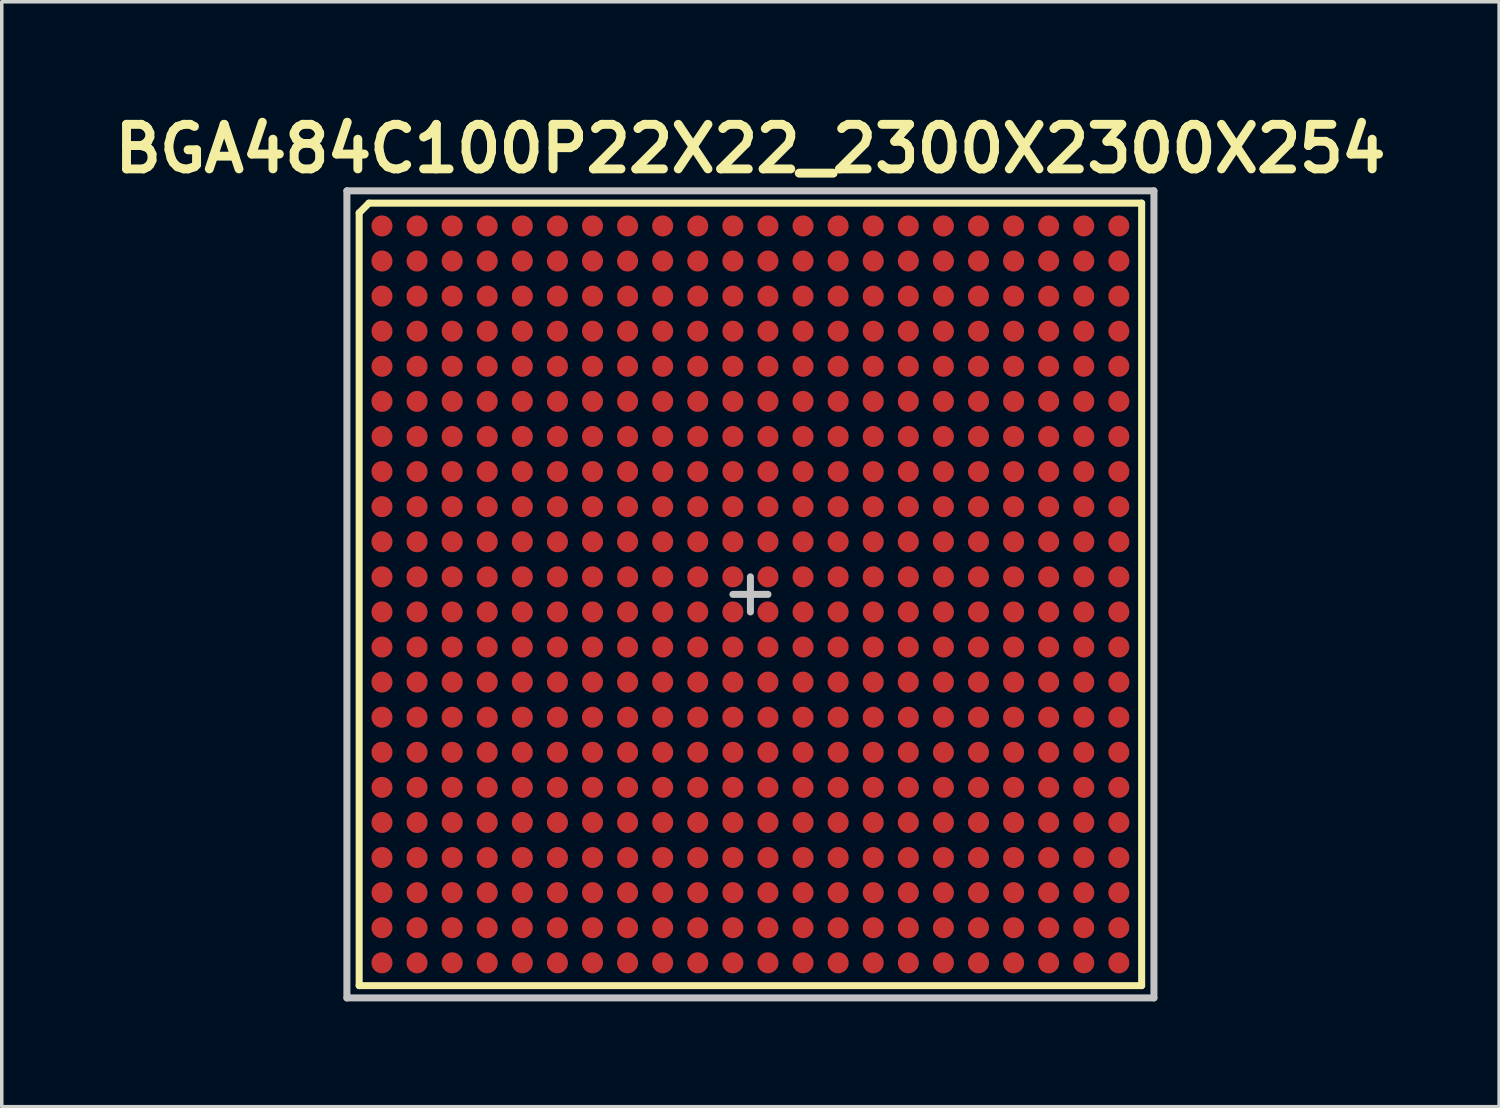
<source format=kicad_pcb>
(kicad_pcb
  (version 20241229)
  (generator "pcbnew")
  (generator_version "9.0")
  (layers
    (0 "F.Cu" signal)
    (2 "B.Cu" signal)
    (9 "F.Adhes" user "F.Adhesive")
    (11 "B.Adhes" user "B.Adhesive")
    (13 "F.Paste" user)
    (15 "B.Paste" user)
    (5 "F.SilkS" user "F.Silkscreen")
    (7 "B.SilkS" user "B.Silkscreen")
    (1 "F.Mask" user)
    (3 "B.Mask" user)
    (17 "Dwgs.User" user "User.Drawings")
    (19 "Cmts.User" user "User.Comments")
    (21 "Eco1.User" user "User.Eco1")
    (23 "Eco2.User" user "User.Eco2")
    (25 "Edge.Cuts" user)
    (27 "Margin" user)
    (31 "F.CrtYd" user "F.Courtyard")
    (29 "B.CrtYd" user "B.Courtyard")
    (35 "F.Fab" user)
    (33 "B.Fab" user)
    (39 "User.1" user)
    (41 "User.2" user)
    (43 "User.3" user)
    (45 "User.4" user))
  (footprint "BGA484C100P22X22_2300X2300X254"
    (layer "F.Cu")
    (at 18.336 13.889)
    (property "Reference" "BGA484C100P22X22_2300X2300X254" (at 0 -12.7 0) (layer "F.SilkS") (effects (font (size 1.27 1.27) (thickness 0.254))))
    (attr smd)
    (fp_line (start -11.15 -10.872) (end -10.872 -11.15) (stroke (width 0.2) (type solid)) (layer "F.SilkS"))
    (fp_line (start -11.15 11.15) (end -11.15 -10.872) (stroke (width 0.2) (type solid)) (layer "F.SilkS"))
    (fp_line (start -10.872 -11.15) (end 11.15 -11.15) (stroke (width 0.2) (type solid)) (layer "F.SilkS"))
    (fp_line (start 11.15 -11.15) (end 11.15 11.15) (stroke (width 0.2) (type solid)) (layer "F.SilkS"))
    (fp_line (start 11.15 11.15) (end -11.15 11.15) (stroke (width 0.2) (type solid)) (layer "F.SilkS"))
    (fp_line (start -11.5 -11.5) (end 11.5 -11.5) (stroke (width 0.2) (type solid)) (layer "Dwgs.User"))
    (fp_line (start -11.5 11.5) (end -11.5 -11.5) (stroke (width 0.2) (type solid)) (layer "Dwgs.User"))
    (fp_line (start -0.5 0) (end 0 0) (stroke (width 0.2) (type solid)) (layer "Dwgs.User"))
    (fp_line (start 0 0) (end 0 -0.5) (stroke (width 0.2) (type solid)) (layer "Dwgs.User"))
    (fp_line (start 0 0) (end 0.5 0) (stroke (width 0.2) (type solid)) (layer "Dwgs.User"))
    (fp_line (start 0 0.5) (end 0 0) (stroke (width 0.2) (type solid)) (layer "Dwgs.User"))
    (fp_line (start 11.5 -11.5) (end 11.5 11.5) (stroke (width 0.2) (type solid)) (layer "Dwgs.User"))
    (fp_line (start 11.5 11.5) (end -11.5 11.5) (stroke (width 0.2) (type solid)) (layer "Dwgs.User"))
    (pad "A1" smd circle (at -10.5 -10.5 90) (size 0.6 0.6) (layers "F.Cu" "F.Mask" "F.Paste"))
    (pad "A2" smd circle (at -9.5 -10.5 90) (size 0.6 0.6) (layers "F.Cu" "F.Mask" "F.Paste"))
    (pad "A3" smd circle (at -8.5 -10.5 90) (size 0.6 0.6) (layers "F.Cu" "F.Mask" "F.Paste"))
    (pad "A4" smd circle (at -7.5 -10.5 90) (size 0.6 0.6) (layers "F.Cu" "F.Mask" "F.Paste"))
    (pad "A5" smd circle (at -6.5 -10.5 90) (size 0.6 0.6) (layers "F.Cu" "F.Mask" "F.Paste"))
    (pad "A6" smd circle (at -5.5 -10.5 90) (size 0.6 0.6) (layers "F.Cu" "F.Mask" "F.Paste"))
    (pad "A7" smd circle (at -4.5 -10.5 90) (size 0.6 0.6) (layers "F.Cu" "F.Mask" "F.Paste"))
    (pad "A8" smd circle (at -3.5 -10.5 90) (size 0.6 0.6) (layers "F.Cu" "F.Mask" "F.Paste"))
    (pad "A9" smd circle (at -2.5 -10.5 90) (size 0.6 0.6) (layers "F.Cu" "F.Mask" "F.Paste"))
    (pad "A10" smd circle (at -1.5 -10.5 90) (size 0.6 0.6) (layers "F.Cu" "F.Mask" "F.Paste"))
    (pad "A11" smd circle (at -0.5 -10.5 90) (size 0.6 0.6) (layers "F.Cu" "F.Mask" "F.Paste"))
    (pad "A12" smd circle (at 0.5 -10.5 90) (size 0.6 0.6) (layers "F.Cu" "F.Mask" "F.Paste"))
    (pad "A13" smd circle (at 1.5 -10.5 90) (size 0.6 0.6) (layers "F.Cu" "F.Mask" "F.Paste"))
    (pad "A14" smd circle (at 2.5 -10.5 90) (size 0.6 0.6) (layers "F.Cu" "F.Mask" "F.Paste"))
    (pad "A15" smd circle (at 3.5 -10.5 90) (size 0.6 0.6) (layers "F.Cu" "F.Mask" "F.Paste"))
    (pad "A16" smd circle (at 4.5 -10.5 90) (size 0.6 0.6) (layers "F.Cu" "F.Mask" "F.Paste"))
    (pad "A17" smd circle (at 5.5 -10.5 90) (size 0.6 0.6) (layers "F.Cu" "F.Mask" "F.Paste"))
    (pad "A18" smd circle (at 6.5 -10.5 90) (size 0.6 0.6) (layers "F.Cu" "F.Mask" "F.Paste"))
    (pad "A19" smd circle (at 7.5 -10.5 90) (size 0.6 0.6) (layers "F.Cu" "F.Mask" "F.Paste"))
    (pad "A20" smd circle (at 8.5 -10.5 90) (size 0.6 0.6) (layers "F.Cu" "F.Mask" "F.Paste"))
    (pad "A21" smd circle (at 9.5 -10.5 90) (size 0.6 0.6) (layers "F.Cu" "F.Mask" "F.Paste"))
    (pad "A22" smd circle (at 10.5 -10.5 90) (size 0.6 0.6) (layers "F.Cu" "F.Mask" "F.Paste"))
    (pad "AA1" smd circle (at -10.5 9.5 90) (size 0.6 0.6) (layers "F.Cu" "F.Mask" "F.Paste"))
    (pad "AA2" smd circle (at -9.5 9.5 90) (size 0.6 0.6) (layers "F.Cu" "F.Mask" "F.Paste"))
    (pad "AA3" smd circle (at -8.5 9.5 90) (size 0.6 0.6) (layers "F.Cu" "F.Mask" "F.Paste"))
    (pad "AA4" smd circle (at -7.5 9.5 90) (size 0.6 0.6) (layers "F.Cu" "F.Mask" "F.Paste"))
    (pad "AA5" smd circle (at -6.5 9.5 90) (size 0.6 0.6) (layers "F.Cu" "F.Mask" "F.Paste"))
    (pad "AA6" smd circle (at -5.5 9.5 90) (size 0.6 0.6) (layers "F.Cu" "F.Mask" "F.Paste"))
    (pad "AA7" smd circle (at -4.5 9.5 90) (size 0.6 0.6) (layers "F.Cu" "F.Mask" "F.Paste"))
    (pad "AA8" smd circle (at -3.5 9.5 90) (size 0.6 0.6) (layers "F.Cu" "F.Mask" "F.Paste"))
    (pad "AA9" smd circle (at -2.5 9.5 90) (size 0.6 0.6) (layers "F.Cu" "F.Mask" "F.Paste"))
    (pad "AA10" smd circle (at -1.5 9.5 90) (size 0.6 0.6) (layers "F.Cu" "F.Mask" "F.Paste"))
    (pad "AA11" smd circle (at -0.5 9.5 90) (size 0.6 0.6) (layers "F.Cu" "F.Mask" "F.Paste"))
    (pad "AA12" smd circle (at 0.5 9.5 90) (size 0.6 0.6) (layers "F.Cu" "F.Mask" "F.Paste"))
    (pad "AA13" smd circle (at 1.5 9.5 90) (size 0.6 0.6) (layers "F.Cu" "F.Mask" "F.Paste"))
    (pad "AA14" smd circle (at 2.5 9.5 90) (size 0.6 0.6) (layers "F.Cu" "F.Mask" "F.Paste"))
    (pad "AA15" smd circle (at 3.5 9.5 90) (size 0.6 0.6) (layers "F.Cu" "F.Mask" "F.Paste"))
    (pad "AA16" smd circle (at 4.5 9.5 90) (size 0.6 0.6) (layers "F.Cu" "F.Mask" "F.Paste"))
    (pad "AA17" smd circle (at 5.5 9.5 90) (size 0.6 0.6) (layers "F.Cu" "F.Mask" "F.Paste"))
    (pad "AA18" smd circle (at 6.5 9.5 90) (size 0.6 0.6) (layers "F.Cu" "F.Mask" "F.Paste"))
    (pad "AA19" smd circle (at 7.5 9.5 90) (size 0.6 0.6) (layers "F.Cu" "F.Mask" "F.Paste"))
    (pad "AA20" smd circle (at 8.5 9.5 90) (size 0.6 0.6) (layers "F.Cu" "F.Mask" "F.Paste"))
    (pad "AA21" smd circle (at 9.5 9.5 90) (size 0.6 0.6) (layers "F.Cu" "F.Mask" "F.Paste"))
    (pad "AA22" smd circle (at 10.5 9.5 90) (size 0.6 0.6) (layers "F.Cu" "F.Mask" "F.Paste"))
    (pad "AB1" smd circle (at -10.5 10.5 90) (size 0.6 0.6) (layers "F.Cu" "F.Mask" "F.Paste"))
    (pad "AB2" smd circle (at -9.5 10.5 90) (size 0.6 0.6) (layers "F.Cu" "F.Mask" "F.Paste"))
    (pad "AB3" smd circle (at -8.5 10.5 90) (size 0.6 0.6) (layers "F.Cu" "F.Mask" "F.Paste"))
    (pad "AB4" smd circle (at -7.5 10.5 90) (size 0.6 0.6) (layers "F.Cu" "F.Mask" "F.Paste"))
    (pad "AB5" smd circle (at -6.5 10.5 90) (size 0.6 0.6) (layers "F.Cu" "F.Mask" "F.Paste"))
    (pad "AB6" smd circle (at -5.5 10.5 90) (size 0.6 0.6) (layers "F.Cu" "F.Mask" "F.Paste"))
    (pad "AB7" smd circle (at -4.5 10.5 90) (size 0.6 0.6) (layers "F.Cu" "F.Mask" "F.Paste"))
    (pad "AB8" smd circle (at -3.5 10.5 90) (size 0.6 0.6) (layers "F.Cu" "F.Mask" "F.Paste"))
    (pad "AB9" smd circle (at -2.5 10.5 90) (size 0.6 0.6) (layers "F.Cu" "F.Mask" "F.Paste"))
    (pad "AB10" smd circle (at -1.5 10.5 90) (size 0.6 0.6) (layers "F.Cu" "F.Mask" "F.Paste"))
    (pad "AB11" smd circle (at -0.5 10.5 90) (size 0.6 0.6) (layers "F.Cu" "F.Mask" "F.Paste"))
    (pad "AB12" smd circle (at 0.5 10.5 90) (size 0.6 0.6) (layers "F.Cu" "F.Mask" "F.Paste"))
    (pad "AB13" smd circle (at 1.5 10.5 90) (size 0.6 0.6) (layers "F.Cu" "F.Mask" "F.Paste"))
    (pad "AB14" smd circle (at 2.5 10.5 90) (size 0.6 0.6) (layers "F.Cu" "F.Mask" "F.Paste"))
    (pad "AB15" smd circle (at 3.5 10.5 90) (size 0.6 0.6) (layers "F.Cu" "F.Mask" "F.Paste"))
    (pad "AB16" smd circle (at 4.5 10.5 90) (size 0.6 0.6) (layers "F.Cu" "F.Mask" "F.Paste"))
    (pad "AB17" smd circle (at 5.5 10.5 90) (size 0.6 0.6) (layers "F.Cu" "F.Mask" "F.Paste"))
    (pad "AB18" smd circle (at 6.5 10.5 90) (size 0.6 0.6) (layers "F.Cu" "F.Mask" "F.Paste"))
    (pad "AB19" smd circle (at 7.5 10.5 90) (size 0.6 0.6) (layers "F.Cu" "F.Mask" "F.Paste"))
    (pad "AB20" smd circle (at 8.5 10.5 90) (size 0.6 0.6) (layers "F.Cu" "F.Mask" "F.Paste"))
    (pad "AB21" smd circle (at 9.5 10.5 90) (size 0.6 0.6) (layers "F.Cu" "F.Mask" "F.Paste"))
    (pad "AB22" smd circle (at 10.5 10.5 90) (size 0.6 0.6) (layers "F.Cu" "F.Mask" "F.Paste"))
    (pad "B1" smd circle (at -10.5 -9.5 90) (size 0.6 0.6) (layers "F.Cu" "F.Mask" "F.Paste"))
    (pad "B2" smd circle (at -9.5 -9.5 90) (size 0.6 0.6) (layers "F.Cu" "F.Mask" "F.Paste"))
    (pad "B3" smd circle (at -8.5 -9.5 90) (size 0.6 0.6) (layers "F.Cu" "F.Mask" "F.Paste"))
    (pad "B4" smd circle (at -7.5 -9.5 90) (size 0.6 0.6) (layers "F.Cu" "F.Mask" "F.Paste"))
    (pad "B5" smd circle (at -6.5 -9.5 90) (size 0.6 0.6) (layers "F.Cu" "F.Mask" "F.Paste"))
    (pad "B6" smd circle (at -5.5 -9.5 90) (size 0.6 0.6) (layers "F.Cu" "F.Mask" "F.Paste"))
    (pad "B7" smd circle (at -4.5 -9.5 90) (size 0.6 0.6) (layers "F.Cu" "F.Mask" "F.Paste"))
    (pad "B8" smd circle (at -3.5 -9.5 90) (size 0.6 0.6) (layers "F.Cu" "F.Mask" "F.Paste"))
    (pad "B9" smd circle (at -2.5 -9.5 90) (size 0.6 0.6) (layers "F.Cu" "F.Mask" "F.Paste"))
    (pad "B10" smd circle (at -1.5 -9.5 90) (size 0.6 0.6) (layers "F.Cu" "F.Mask" "F.Paste"))
    (pad "B11" smd circle (at -0.5 -9.5 90) (size 0.6 0.6) (layers "F.Cu" "F.Mask" "F.Paste"))
    (pad "B12" smd circle (at 0.5 -9.5 90) (size 0.6 0.6) (layers "F.Cu" "F.Mask" "F.Paste"))
    (pad "B13" smd circle (at 1.5 -9.5 90) (size 0.6 0.6) (layers "F.Cu" "F.Mask" "F.Paste"))
    (pad "B14" smd circle (at 2.5 -9.5 90) (size 0.6 0.6) (layers "F.Cu" "F.Mask" "F.Paste"))
    (pad "B15" smd circle (at 3.5 -9.5 90) (size 0.6 0.6) (layers "F.Cu" "F.Mask" "F.Paste"))
    (pad "B16" smd circle (at 4.5 -9.5 90) (size 0.6 0.6) (layers "F.Cu" "F.Mask" "F.Paste"))
    (pad "B17" smd circle (at 5.5 -9.5 90) (size 0.6 0.6) (layers "F.Cu" "F.Mask" "F.Paste"))
    (pad "B18" smd circle (at 6.5 -9.5 90) (size 0.6 0.6) (layers "F.Cu" "F.Mask" "F.Paste"))
    (pad "B19" smd circle (at 7.5 -9.5 90) (size 0.6 0.6) (layers "F.Cu" "F.Mask" "F.Paste"))
    (pad "B20" smd circle (at 8.5 -9.5 90) (size 0.6 0.6) (layers "F.Cu" "F.Mask" "F.Paste"))
    (pad "B21" smd circle (at 9.5 -9.5 90) (size 0.6 0.6) (layers "F.Cu" "F.Mask" "F.Paste"))
    (pad "B22" smd circle (at 10.5 -9.5 90) (size 0.6 0.6) (layers "F.Cu" "F.Mask" "F.Paste"))
    (pad "C1" smd circle (at -10.5 -8.5 90) (size 0.6 0.6) (layers "F.Cu" "F.Mask" "F.Paste"))
    (pad "C2" smd circle (at -9.5 -8.5 90) (size 0.6 0.6) (layers "F.Cu" "F.Mask" "F.Paste"))
    (pad "C3" smd circle (at -8.5 -8.5 90) (size 0.6 0.6) (layers "F.Cu" "F.Mask" "F.Paste"))
    (pad "C4" smd circle (at -7.5 -8.5 90) (size 0.6 0.6) (layers "F.Cu" "F.Mask" "F.Paste"))
    (pad "C5" smd circle (at -6.5 -8.5 90) (size 0.6 0.6) (layers "F.Cu" "F.Mask" "F.Paste"))
    (pad "C6" smd circle (at -5.5 -8.5 90) (size 0.6 0.6) (layers "F.Cu" "F.Mask" "F.Paste"))
    (pad "C7" smd circle (at -4.5 -8.5 90) (size 0.6 0.6) (layers "F.Cu" "F.Mask" "F.Paste"))
    (pad "C8" smd circle (at -3.5 -8.5 90) (size 0.6 0.6) (layers "F.Cu" "F.Mask" "F.Paste"))
    (pad "C9" smd circle (at -2.5 -8.5 90) (size 0.6 0.6) (layers "F.Cu" "F.Mask" "F.Paste"))
    (pad "C10" smd circle (at -1.5 -8.5 90) (size 0.6 0.6) (layers "F.Cu" "F.Mask" "F.Paste"))
    (pad "C11" smd circle (at -0.5 -8.5 90) (size 0.6 0.6) (layers "F.Cu" "F.Mask" "F.Paste"))
    (pad "C12" smd circle (at 0.5 -8.5 90) (size 0.6 0.6) (layers "F.Cu" "F.Mask" "F.Paste"))
    (pad "C13" smd circle (at 1.5 -8.5 90) (size 0.6 0.6) (layers "F.Cu" "F.Mask" "F.Paste"))
    (pad "C14" smd circle (at 2.5 -8.5 90) (size 0.6 0.6) (layers "F.Cu" "F.Mask" "F.Paste"))
    (pad "C15" smd circle (at 3.5 -8.5 90) (size 0.6 0.6) (layers "F.Cu" "F.Mask" "F.Paste"))
    (pad "C16" smd circle (at 4.5 -8.5 90) (size 0.6 0.6) (layers "F.Cu" "F.Mask" "F.Paste"))
    (pad "C17" smd circle (at 5.5 -8.5 90) (size 0.6 0.6) (layers "F.Cu" "F.Mask" "F.Paste"))
    (pad "C18" smd circle (at 6.5 -8.5 90) (size 0.6 0.6) (layers "F.Cu" "F.Mask" "F.Paste"))
    (pad "C19" smd circle (at 7.5 -8.5 90) (size 0.6 0.6) (layers "F.Cu" "F.Mask" "F.Paste"))
    (pad "C20" smd circle (at 8.5 -8.5 90) (size 0.6 0.6) (layers "F.Cu" "F.Mask" "F.Paste"))
    (pad "C21" smd circle (at 9.5 -8.5 90) (size 0.6 0.6) (layers "F.Cu" "F.Mask" "F.Paste"))
    (pad "C22" smd circle (at 10.5 -8.5 90) (size 0.6 0.6) (layers "F.Cu" "F.Mask" "F.Paste"))
    (pad "D1" smd circle (at -10.5 -7.5 90) (size 0.6 0.6) (layers "F.Cu" "F.Mask" "F.Paste"))
    (pad "D2" smd circle (at -9.5 -7.5 90) (size 0.6 0.6) (layers "F.Cu" "F.Mask" "F.Paste"))
    (pad "D3" smd circle (at -8.5 -7.5 90) (size 0.6 0.6) (layers "F.Cu" "F.Mask" "F.Paste"))
    (pad "D4" smd circle (at -7.5 -7.5 90) (size 0.6 0.6) (layers "F.Cu" "F.Mask" "F.Paste"))
    (pad "D5" smd circle (at -6.5 -7.5 90) (size 0.6 0.6) (layers "F.Cu" "F.Mask" "F.Paste"))
    (pad "D6" smd circle (at -5.5 -7.5 90) (size 0.6 0.6) (layers "F.Cu" "F.Mask" "F.Paste"))
    (pad "D7" smd circle (at -4.5 -7.5 90) (size 0.6 0.6) (layers "F.Cu" "F.Mask" "F.Paste"))
    (pad "D8" smd circle (at -3.5 -7.5 90) (size 0.6 0.6) (layers "F.Cu" "F.Mask" "F.Paste"))
    (pad "D9" smd circle (at -2.5 -7.5 90) (size 0.6 0.6) (layers "F.Cu" "F.Mask" "F.Paste"))
    (pad "D10" smd circle (at -1.5 -7.5 90) (size 0.6 0.6) (layers "F.Cu" "F.Mask" "F.Paste"))
    (pad "D11" smd circle (at -0.5 -7.5 90) (size 0.6 0.6) (layers "F.Cu" "F.Mask" "F.Paste"))
    (pad "D12" smd circle (at 0.5 -7.5 90) (size 0.6 0.6) (layers "F.Cu" "F.Mask" "F.Paste"))
    (pad "D13" smd circle (at 1.5 -7.5 90) (size 0.6 0.6) (layers "F.Cu" "F.Mask" "F.Paste"))
    (pad "D14" smd circle (at 2.5 -7.5 90) (size 0.6 0.6) (layers "F.Cu" "F.Mask" "F.Paste"))
    (pad "D15" smd circle (at 3.5 -7.5 90) (size 0.6 0.6) (layers "F.Cu" "F.Mask" "F.Paste"))
    (pad "D16" smd circle (at 4.5 -7.5 90) (size 0.6 0.6) (layers "F.Cu" "F.Mask" "F.Paste"))
    (pad "D17" smd circle (at 5.5 -7.5 90) (size 0.6 0.6) (layers "F.Cu" "F.Mask" "F.Paste"))
    (pad "D18" smd circle (at 6.5 -7.5 90) (size 0.6 0.6) (layers "F.Cu" "F.Mask" "F.Paste"))
    (pad "D19" smd circle (at 7.5 -7.5 90) (size 0.6 0.6) (layers "F.Cu" "F.Mask" "F.Paste"))
    (pad "D20" smd circle (at 8.5 -7.5 90) (size 0.6 0.6) (layers "F.Cu" "F.Mask" "F.Paste"))
    (pad "D21" smd circle (at 9.5 -7.5 90) (size 0.6 0.6) (layers "F.Cu" "F.Mask" "F.Paste"))
    (pad "D22" smd circle (at 10.5 -7.5 90) (size 0.6 0.6) (layers "F.Cu" "F.Mask" "F.Paste"))
    (pad "E1" smd circle (at -10.5 -6.5 90) (size 0.6 0.6) (layers "F.Cu" "F.Mask" "F.Paste"))
    (pad "E2" smd circle (at -9.5 -6.5 90) (size 0.6 0.6) (layers "F.Cu" "F.Mask" "F.Paste"))
    (pad "E3" smd circle (at -8.5 -6.5 90) (size 0.6 0.6) (layers "F.Cu" "F.Mask" "F.Paste"))
    (pad "E4" smd circle (at -7.5 -6.5 90) (size 0.6 0.6) (layers "F.Cu" "F.Mask" "F.Paste"))
    (pad "E5" smd circle (at -6.5 -6.5 90) (size 0.6 0.6) (layers "F.Cu" "F.Mask" "F.Paste"))
    (pad "E6" smd circle (at -5.5 -6.5 90) (size 0.6 0.6) (layers "F.Cu" "F.Mask" "F.Paste"))
    (pad "E7" smd circle (at -4.5 -6.5 90) (size 0.6 0.6) (layers "F.Cu" "F.Mask" "F.Paste"))
    (pad "E8" smd circle (at -3.5 -6.5 90) (size 0.6 0.6) (layers "F.Cu" "F.Mask" "F.Paste"))
    (pad "E9" smd circle (at -2.5 -6.5 90) (size 0.6 0.6) (layers "F.Cu" "F.Mask" "F.Paste"))
    (pad "E10" smd circle (at -1.5 -6.5 90) (size 0.6 0.6) (layers "F.Cu" "F.Mask" "F.Paste"))
    (pad "E11" smd circle (at -0.5 -6.5 90) (size 0.6 0.6) (layers "F.Cu" "F.Mask" "F.Paste"))
    (pad "E12" smd circle (at 0.5 -6.5 90) (size 0.6 0.6) (layers "F.Cu" "F.Mask" "F.Paste"))
    (pad "E13" smd circle (at 1.5 -6.5 90) (size 0.6 0.6) (layers "F.Cu" "F.Mask" "F.Paste"))
    (pad "E14" smd circle (at 2.5 -6.5 90) (size 0.6 0.6) (layers "F.Cu" "F.Mask" "F.Paste"))
    (pad "E15" smd circle (at 3.5 -6.5 90) (size 0.6 0.6) (layers "F.Cu" "F.Mask" "F.Paste"))
    (pad "E16" smd circle (at 4.5 -6.5 90) (size 0.6 0.6) (layers "F.Cu" "F.Mask" "F.Paste"))
    (pad "E17" smd circle (at 5.5 -6.5 90) (size 0.6 0.6) (layers "F.Cu" "F.Mask" "F.Paste"))
    (pad "E18" smd circle (at 6.5 -6.5 90) (size 0.6 0.6) (layers "F.Cu" "F.Mask" "F.Paste"))
    (pad "E19" smd circle (at 7.5 -6.5 90) (size 0.6 0.6) (layers "F.Cu" "F.Mask" "F.Paste"))
    (pad "E20" smd circle (at 8.5 -6.5 90) (size 0.6 0.6) (layers "F.Cu" "F.Mask" "F.Paste"))
    (pad "E21" smd circle (at 9.5 -6.5 90) (size 0.6 0.6) (layers "F.Cu" "F.Mask" "F.Paste"))
    (pad "E22" smd circle (at 10.5 -6.5 90) (size 0.6 0.6) (layers "F.Cu" "F.Mask" "F.Paste"))
    (pad "F1" smd circle (at -10.5 -5.5 90) (size 0.6 0.6) (layers "F.Cu" "F.Mask" "F.Paste"))
    (pad "F2" smd circle (at -9.5 -5.5 90) (size 0.6 0.6) (layers "F.Cu" "F.Mask" "F.Paste"))
    (pad "F3" smd circle (at -8.5 -5.5 90) (size 0.6 0.6) (layers "F.Cu" "F.Mask" "F.Paste"))
    (pad "F4" smd circle (at -7.5 -5.5 90) (size 0.6 0.6) (layers "F.Cu" "F.Mask" "F.Paste"))
    (pad "F5" smd circle (at -6.5 -5.5 90) (size 0.6 0.6) (layers "F.Cu" "F.Mask" "F.Paste"))
    (pad "F6" smd circle (at -5.5 -5.5 90) (size 0.6 0.6) (layers "F.Cu" "F.Mask" "F.Paste"))
    (pad "F7" smd circle (at -4.5 -5.5 90) (size 0.6 0.6) (layers "F.Cu" "F.Mask" "F.Paste"))
    (pad "F8" smd circle (at -3.5 -5.5 90) (size 0.6 0.6) (layers "F.Cu" "F.Mask" "F.Paste"))
    (pad "F9" smd circle (at -2.5 -5.5 90) (size 0.6 0.6) (layers "F.Cu" "F.Mask" "F.Paste"))
    (pad "F10" smd circle (at -1.5 -5.5 90) (size 0.6 0.6) (layers "F.Cu" "F.Mask" "F.Paste"))
    (pad "F11" smd circle (at -0.5 -5.5 90) (size 0.6 0.6) (layers "F.Cu" "F.Mask" "F.Paste"))
    (pad "F12" smd circle (at 0.5 -5.5 90) (size 0.6 0.6) (layers "F.Cu" "F.Mask" "F.Paste"))
    (pad "F13" smd circle (at 1.5 -5.5 90) (size 0.6 0.6) (layers "F.Cu" "F.Mask" "F.Paste"))
    (pad "F14" smd circle (at 2.5 -5.5 90) (size 0.6 0.6) (layers "F.Cu" "F.Mask" "F.Paste"))
    (pad "F15" smd circle (at 3.5 -5.5 90) (size 0.6 0.6) (layers "F.Cu" "F.Mask" "F.Paste"))
    (pad "F16" smd circle (at 4.5 -5.5 90) (size 0.6 0.6) (layers "F.Cu" "F.Mask" "F.Paste"))
    (pad "F17" smd circle (at 5.5 -5.5 90) (size 0.6 0.6) (layers "F.Cu" "F.Mask" "F.Paste"))
    (pad "F18" smd circle (at 6.5 -5.5 90) (size 0.6 0.6) (layers "F.Cu" "F.Mask" "F.Paste"))
    (pad "F19" smd circle (at 7.5 -5.5 90) (size 0.6 0.6) (layers "F.Cu" "F.Mask" "F.Paste"))
    (pad "F20" smd circle (at 8.5 -5.5 90) (size 0.6 0.6) (layers "F.Cu" "F.Mask" "F.Paste"))
    (pad "F21" smd circle (at 9.5 -5.5 90) (size 0.6 0.6) (layers "F.Cu" "F.Mask" "F.Paste"))
    (pad "F22" smd circle (at 10.5 -5.5 90) (size 0.6 0.6) (layers "F.Cu" "F.Mask" "F.Paste"))
    (pad "G1" smd circle (at -10.5 -4.5 90) (size 0.6 0.6) (layers "F.Cu" "F.Mask" "F.Paste"))
    (pad "G2" smd circle (at -9.5 -4.5 90) (size 0.6 0.6) (layers "F.Cu" "F.Mask" "F.Paste"))
    (pad "G3" smd circle (at -8.5 -4.5 90) (size 0.6 0.6) (layers "F.Cu" "F.Mask" "F.Paste"))
    (pad "G4" smd circle (at -7.5 -4.5 90) (size 0.6 0.6) (layers "F.Cu" "F.Mask" "F.Paste"))
    (pad "G5" smd circle (at -6.5 -4.5 90) (size 0.6 0.6) (layers "F.Cu" "F.Mask" "F.Paste"))
    (pad "G6" smd circle (at -5.5 -4.5 90) (size 0.6 0.6) (layers "F.Cu" "F.Mask" "F.Paste"))
    (pad "G7" smd circle (at -4.5 -4.5 90) (size 0.6 0.6) (layers "F.Cu" "F.Mask" "F.Paste"))
    (pad "G8" smd circle (at -3.5 -4.5 90) (size 0.6 0.6) (layers "F.Cu" "F.Mask" "F.Paste"))
    (pad "G9" smd circle (at -2.5 -4.5 90) (size 0.6 0.6) (layers "F.Cu" "F.Mask" "F.Paste"))
    (pad "G10" smd circle (at -1.5 -4.5 90) (size 0.6 0.6) (layers "F.Cu" "F.Mask" "F.Paste"))
    (pad "G11" smd circle (at -0.5 -4.5 90) (size 0.6 0.6) (layers "F.Cu" "F.Mask" "F.Paste"))
    (pad "G12" smd circle (at 0.5 -4.5 90) (size 0.6 0.6) (layers "F.Cu" "F.Mask" "F.Paste"))
    (pad "G13" smd circle (at 1.5 -4.5 90) (size 0.6 0.6) (layers "F.Cu" "F.Mask" "F.Paste"))
    (pad "G14" smd circle (at 2.5 -4.5 90) (size 0.6 0.6) (layers "F.Cu" "F.Mask" "F.Paste"))
    (pad "G15" smd circle (at 3.5 -4.5 90) (size 0.6 0.6) (layers "F.Cu" "F.Mask" "F.Paste"))
    (pad "G16" smd circle (at 4.5 -4.5 90) (size 0.6 0.6) (layers "F.Cu" "F.Mask" "F.Paste"))
    (pad "G17" smd circle (at 5.5 -4.5 90) (size 0.6 0.6) (layers "F.Cu" "F.Mask" "F.Paste"))
    (pad "G18" smd circle (at 6.5 -4.5 90) (size 0.6 0.6) (layers "F.Cu" "F.Mask" "F.Paste"))
    (pad "G19" smd circle (at 7.5 -4.5 90) (size 0.6 0.6) (layers "F.Cu" "F.Mask" "F.Paste"))
    (pad "G20" smd circle (at 8.5 -4.5 90) (size 0.6 0.6) (layers "F.Cu" "F.Mask" "F.Paste"))
    (pad "G21" smd circle (at 9.5 -4.5 90) (size 0.6 0.6) (layers "F.Cu" "F.Mask" "F.Paste"))
    (pad "G22" smd circle (at 10.5 -4.5 90) (size 0.6 0.6) (layers "F.Cu" "F.Mask" "F.Paste"))
    (pad "H1" smd circle (at -10.5 -3.5 90) (size 0.6 0.6) (layers "F.Cu" "F.Mask" "F.Paste"))
    (pad "H2" smd circle (at -9.5 -3.5 90) (size 0.6 0.6) (layers "F.Cu" "F.Mask" "F.Paste"))
    (pad "H3" smd circle (at -8.5 -3.5 90) (size 0.6 0.6) (layers "F.Cu" "F.Mask" "F.Paste"))
    (pad "H4" smd circle (at -7.5 -3.5 90) (size 0.6 0.6) (layers "F.Cu" "F.Mask" "F.Paste"))
    (pad "H5" smd circle (at -6.5 -3.5 90) (size 0.6 0.6) (layers "F.Cu" "F.Mask" "F.Paste"))
    (pad "H6" smd circle (at -5.5 -3.5 90) (size 0.6 0.6) (layers "F.Cu" "F.Mask" "F.Paste"))
    (pad "H7" smd circle (at -4.5 -3.5 90) (size 0.6 0.6) (layers "F.Cu" "F.Mask" "F.Paste"))
    (pad "H8" smd circle (at -3.5 -3.5 90) (size 0.6 0.6) (layers "F.Cu" "F.Mask" "F.Paste"))
    (pad "H9" smd circle (at -2.5 -3.5 90) (size 0.6 0.6) (layers "F.Cu" "F.Mask" "F.Paste"))
    (pad "H10" smd circle (at -1.5 -3.5 90) (size 0.6 0.6) (layers "F.Cu" "F.Mask" "F.Paste"))
    (pad "H11" smd circle (at -0.5 -3.5 90) (size 0.6 0.6) (layers "F.Cu" "F.Mask" "F.Paste"))
    (pad "H12" smd circle (at 0.5 -3.5 90) (size 0.6 0.6) (layers "F.Cu" "F.Mask" "F.Paste"))
    (pad "H13" smd circle (at 1.5 -3.5 90) (size 0.6 0.6) (layers "F.Cu" "F.Mask" "F.Paste"))
    (pad "H14" smd circle (at 2.5 -3.5 90) (size 0.6 0.6) (layers "F.Cu" "F.Mask" "F.Paste"))
    (pad "H15" smd circle (at 3.5 -3.5 90) (size 0.6 0.6) (layers "F.Cu" "F.Mask" "F.Paste"))
    (pad "H16" smd circle (at 4.5 -3.5 90) (size 0.6 0.6) (layers "F.Cu" "F.Mask" "F.Paste"))
    (pad "H17" smd circle (at 5.5 -3.5 90) (size 0.6 0.6) (layers "F.Cu" "F.Mask" "F.Paste"))
    (pad "H18" smd circle (at 6.5 -3.5 90) (size 0.6 0.6) (layers "F.Cu" "F.Mask" "F.Paste"))
    (pad "H19" smd circle (at 7.5 -3.5 90) (size 0.6 0.6) (layers "F.Cu" "F.Mask" "F.Paste"))
    (pad "H20" smd circle (at 8.5 -3.5 90) (size 0.6 0.6) (layers "F.Cu" "F.Mask" "F.Paste"))
    (pad "H21" smd circle (at 9.5 -3.5 90) (size 0.6 0.6) (layers "F.Cu" "F.Mask" "F.Paste"))
    (pad "H22" smd circle (at 10.5 -3.5 90) (size 0.6 0.6) (layers "F.Cu" "F.Mask" "F.Paste"))
    (pad "J1" smd circle (at -10.5 -2.5 90) (size 0.6 0.6) (layers "F.Cu" "F.Mask" "F.Paste"))
    (pad "J2" smd circle (at -9.5 -2.5 90) (size 0.6 0.6) (layers "F.Cu" "F.Mask" "F.Paste"))
    (pad "J3" smd circle (at -8.5 -2.5 90) (size 0.6 0.6) (layers "F.Cu" "F.Mask" "F.Paste"))
    (pad "J4" smd circle (at -7.5 -2.5 90) (size 0.6 0.6) (layers "F.Cu" "F.Mask" "F.Paste"))
    (pad "J5" smd circle (at -6.5 -2.5 90) (size 0.6 0.6) (layers "F.Cu" "F.Mask" "F.Paste"))
    (pad "J6" smd circle (at -5.5 -2.5 90) (size 0.6 0.6) (layers "F.Cu" "F.Mask" "F.Paste"))
    (pad "J7" smd circle (at -4.5 -2.5 90) (size 0.6 0.6) (layers "F.Cu" "F.Mask" "F.Paste"))
    (pad "J8" smd circle (at -3.5 -2.5 90) (size 0.6 0.6) (layers "F.Cu" "F.Mask" "F.Paste"))
    (pad "J9" smd circle (at -2.5 -2.5 90) (size 0.6 0.6) (layers "F.Cu" "F.Mask" "F.Paste"))
    (pad "J10" smd circle (at -1.5 -2.5 90) (size 0.6 0.6) (layers "F.Cu" "F.Mask" "F.Paste"))
    (pad "J11" smd circle (at -0.5 -2.5 90) (size 0.6 0.6) (layers "F.Cu" "F.Mask" "F.Paste"))
    (pad "J12" smd circle (at 0.5 -2.5 90) (size 0.6 0.6) (layers "F.Cu" "F.Mask" "F.Paste"))
    (pad "J13" smd circle (at 1.5 -2.5 90) (size 0.6 0.6) (layers "F.Cu" "F.Mask" "F.Paste"))
    (pad "J14" smd circle (at 2.5 -2.5 90) (size 0.6 0.6) (layers "F.Cu" "F.Mask" "F.Paste"))
    (pad "J15" smd circle (at 3.5 -2.5 90) (size 0.6 0.6) (layers "F.Cu" "F.Mask" "F.Paste"))
    (pad "J16" smd circle (at 4.5 -2.5 90) (size 0.6 0.6) (layers "F.Cu" "F.Mask" "F.Paste"))
    (pad "J17" smd circle (at 5.5 -2.5 90) (size 0.6 0.6) (layers "F.Cu" "F.Mask" "F.Paste"))
    (pad "J18" smd circle (at 6.5 -2.5 90) (size 0.6 0.6) (layers "F.Cu" "F.Mask" "F.Paste"))
    (pad "J19" smd circle (at 7.5 -2.5 90) (size 0.6 0.6) (layers "F.Cu" "F.Mask" "F.Paste"))
    (pad "J20" smd circle (at 8.5 -2.5 90) (size 0.6 0.6) (layers "F.Cu" "F.Mask" "F.Paste"))
    (pad "J21" smd circle (at 9.5 -2.5 90) (size 0.6 0.6) (layers "F.Cu" "F.Mask" "F.Paste"))
    (pad "J22" smd circle (at 10.5 -2.5 90) (size 0.6 0.6) (layers "F.Cu" "F.Mask" "F.Paste"))
    (pad "K1" smd circle (at -10.5 -1.5 90) (size 0.6 0.6) (layers "F.Cu" "F.Mask" "F.Paste"))
    (pad "K2" smd circle (at -9.5 -1.5 90) (size 0.6 0.6) (layers "F.Cu" "F.Mask" "F.Paste"))
    (pad "K3" smd circle (at -8.5 -1.5 90) (size 0.6 0.6) (layers "F.Cu" "F.Mask" "F.Paste"))
    (pad "K4" smd circle (at -7.5 -1.5 90) (size 0.6 0.6) (layers "F.Cu" "F.Mask" "F.Paste"))
    (pad "K5" smd circle (at -6.5 -1.5 90) (size 0.6 0.6) (layers "F.Cu" "F.Mask" "F.Paste"))
    (pad "K6" smd circle (at -5.5 -1.5 90) (size 0.6 0.6) (layers "F.Cu" "F.Mask" "F.Paste"))
    (pad "K7" smd circle (at -4.5 -1.5 90) (size 0.6 0.6) (layers "F.Cu" "F.Mask" "F.Paste"))
    (pad "K8" smd circle (at -3.5 -1.5 90) (size 0.6 0.6) (layers "F.Cu" "F.Mask" "F.Paste"))
    (pad "K9" smd circle (at -2.5 -1.5 90) (size 0.6 0.6) (layers "F.Cu" "F.Mask" "F.Paste"))
    (pad "K10" smd circle (at -1.5 -1.5 90) (size 0.6 0.6) (layers "F.Cu" "F.Mask" "F.Paste"))
    (pad "K11" smd circle (at -0.5 -1.5 90) (size 0.6 0.6) (layers "F.Cu" "F.Mask" "F.Paste"))
    (pad "K12" smd circle (at 0.5 -1.5 90) (size 0.6 0.6) (layers "F.Cu" "F.Mask" "F.Paste"))
    (pad "K13" smd circle (at 1.5 -1.5 90) (size 0.6 0.6) (layers "F.Cu" "F.Mask" "F.Paste"))
    (pad "K14" smd circle (at 2.5 -1.5 90) (size 0.6 0.6) (layers "F.Cu" "F.Mask" "F.Paste"))
    (pad "K15" smd circle (at 3.5 -1.5 90) (size 0.6 0.6) (layers "F.Cu" "F.Mask" "F.Paste"))
    (pad "K16" smd circle (at 4.5 -1.5 90) (size 0.6 0.6) (layers "F.Cu" "F.Mask" "F.Paste"))
    (pad "K17" smd circle (at 5.5 -1.5 90) (size 0.6 0.6) (layers "F.Cu" "F.Mask" "F.Paste"))
    (pad "K18" smd circle (at 6.5 -1.5 90) (size 0.6 0.6) (layers "F.Cu" "F.Mask" "F.Paste"))
    (pad "K19" smd circle (at 7.5 -1.5 90) (size 0.6 0.6) (layers "F.Cu" "F.Mask" "F.Paste"))
    (pad "K20" smd circle (at 8.5 -1.5 90) (size 0.6 0.6) (layers "F.Cu" "F.Mask" "F.Paste"))
    (pad "K21" smd circle (at 9.5 -1.5 90) (size 0.6 0.6) (layers "F.Cu" "F.Mask" "F.Paste"))
    (pad "K22" smd circle (at 10.5 -1.5 90) (size 0.6 0.6) (layers "F.Cu" "F.Mask" "F.Paste"))
    (pad "L1" smd circle (at -10.5 -0.5 90) (size 0.6 0.6) (layers "F.Cu" "F.Mask" "F.Paste"))
    (pad "L2" smd circle (at -9.5 -0.5 90) (size 0.6 0.6) (layers "F.Cu" "F.Mask" "F.Paste"))
    (pad "L3" smd circle (at -8.5 -0.5 90) (size 0.6 0.6) (layers "F.Cu" "F.Mask" "F.Paste"))
    (pad "L4" smd circle (at -7.5 -0.5 90) (size 0.6 0.6) (layers "F.Cu" "F.Mask" "F.Paste"))
    (pad "L5" smd circle (at -6.5 -0.5 90) (size 0.6 0.6) (layers "F.Cu" "F.Mask" "F.Paste"))
    (pad "L6" smd circle (at -5.5 -0.5 90) (size 0.6 0.6) (layers "F.Cu" "F.Mask" "F.Paste"))
    (pad "L7" smd circle (at -4.5 -0.5 90) (size 0.6 0.6) (layers "F.Cu" "F.Mask" "F.Paste"))
    (pad "L8" smd circle (at -3.5 -0.5 90) (size 0.6 0.6) (layers "F.Cu" "F.Mask" "F.Paste"))
    (pad "L9" smd circle (at -2.5 -0.5 90) (size 0.6 0.6) (layers "F.Cu" "F.Mask" "F.Paste"))
    (pad "L10" smd circle (at -1.5 -0.5 90) (size 0.6 0.6) (layers "F.Cu" "F.Mask" "F.Paste"))
    (pad "L11" smd circle (at -0.5 -0.5 90) (size 0.6 0.6) (layers "F.Cu" "F.Mask" "F.Paste"))
    (pad "L12" smd circle (at 0.5 -0.5 90) (size 0.6 0.6) (layers "F.Cu" "F.Mask" "F.Paste"))
    (pad "L13" smd circle (at 1.5 -0.5 90) (size 0.6 0.6) (layers "F.Cu" "F.Mask" "F.Paste"))
    (pad "L14" smd circle (at 2.5 -0.5 90) (size 0.6 0.6) (layers "F.Cu" "F.Mask" "F.Paste"))
    (pad "L15" smd circle (at 3.5 -0.5 90) (size 0.6 0.6) (layers "F.Cu" "F.Mask" "F.Paste"))
    (pad "L16" smd circle (at 4.5 -0.5 90) (size 0.6 0.6) (layers "F.Cu" "F.Mask" "F.Paste"))
    (pad "L17" smd circle (at 5.5 -0.5 90) (size 0.6 0.6) (layers "F.Cu" "F.Mask" "F.Paste"))
    (pad "L18" smd circle (at 6.5 -0.5 90) (size 0.6 0.6) (layers "F.Cu" "F.Mask" "F.Paste"))
    (pad "L19" smd circle (at 7.5 -0.5 90) (size 0.6 0.6) (layers "F.Cu" "F.Mask" "F.Paste"))
    (pad "L20" smd circle (at 8.5 -0.5 90) (size 0.6 0.6) (layers "F.Cu" "F.Mask" "F.Paste"))
    (pad "L21" smd circle (at 9.5 -0.5 90) (size 0.6 0.6) (layers "F.Cu" "F.Mask" "F.Paste"))
    (pad "L22" smd circle (at 10.5 -0.5 90) (size 0.6 0.6) (layers "F.Cu" "F.Mask" "F.Paste"))
    (pad "M1" smd circle (at -10.5 0.5 90) (size 0.6 0.6) (layers "F.Cu" "F.Mask" "F.Paste"))
    (pad "M2" smd circle (at -9.5 0.5 90) (size 0.6 0.6) (layers "F.Cu" "F.Mask" "F.Paste"))
    (pad "M3" smd circle (at -8.5 0.5 90) (size 0.6 0.6) (layers "F.Cu" "F.Mask" "F.Paste"))
    (pad "M4" smd circle (at -7.5 0.5 90) (size 0.6 0.6) (layers "F.Cu" "F.Mask" "F.Paste"))
    (pad "M5" smd circle (at -6.5 0.5 90) (size 0.6 0.6) (layers "F.Cu" "F.Mask" "F.Paste"))
    (pad "M6" smd circle (at -5.5 0.5 90) (size 0.6 0.6) (layers "F.Cu" "F.Mask" "F.Paste"))
    (pad "M7" smd circle (at -4.5 0.5 90) (size 0.6 0.6) (layers "F.Cu" "F.Mask" "F.Paste"))
    (pad "M8" smd circle (at -3.5 0.5 90) (size 0.6 0.6) (layers "F.Cu" "F.Mask" "F.Paste"))
    (pad "M9" smd circle (at -2.5 0.5 90) (size 0.6 0.6) (layers "F.Cu" "F.Mask" "F.Paste"))
    (pad "M10" smd circle (at -1.5 0.5 90) (size 0.6 0.6) (layers "F.Cu" "F.Mask" "F.Paste"))
    (pad "M11" smd circle (at -0.5 0.5 90) (size 0.6 0.6) (layers "F.Cu" "F.Mask" "F.Paste"))
    (pad "M12" smd circle (at 0.5 0.5 90) (size 0.6 0.6) (layers "F.Cu" "F.Mask" "F.Paste"))
    (pad "M13" smd circle (at 1.5 0.5 90) (size 0.6 0.6) (layers "F.Cu" "F.Mask" "F.Paste"))
    (pad "M14" smd circle (at 2.5 0.5 90) (size 0.6 0.6) (layers "F.Cu" "F.Mask" "F.Paste"))
    (pad "M15" smd circle (at 3.5 0.5 90) (size 0.6 0.6) (layers "F.Cu" "F.Mask" "F.Paste"))
    (pad "M16" smd circle (at 4.5 0.5 90) (size 0.6 0.6) (layers "F.Cu" "F.Mask" "F.Paste"))
    (pad "M17" smd circle (at 5.5 0.5 90) (size 0.6 0.6) (layers "F.Cu" "F.Mask" "F.Paste"))
    (pad "M18" smd circle (at 6.5 0.5 90) (size 0.6 0.6) (layers "F.Cu" "F.Mask" "F.Paste"))
    (pad "M19" smd circle (at 7.5 0.5 90) (size 0.6 0.6) (layers "F.Cu" "F.Mask" "F.Paste"))
    (pad "M20" smd circle (at 8.5 0.5 90) (size 0.6 0.6) (layers "F.Cu" "F.Mask" "F.Paste"))
    (pad "M21" smd circle (at 9.5 0.5 90) (size 0.6 0.6) (layers "F.Cu" "F.Mask" "F.Paste"))
    (pad "M22" smd circle (at 10.5 0.5 90) (size 0.6 0.6) (layers "F.Cu" "F.Mask" "F.Paste"))
    (pad "N1" smd circle (at -10.5 1.5 90) (size 0.6 0.6) (layers "F.Cu" "F.Mask" "F.Paste"))
    (pad "N2" smd circle (at -9.5 1.5 90) (size 0.6 0.6) (layers "F.Cu" "F.Mask" "F.Paste"))
    (pad "N3" smd circle (at -8.5 1.5 90) (size 0.6 0.6) (layers "F.Cu" "F.Mask" "F.Paste"))
    (pad "N4" smd circle (at -7.5 1.5 90) (size 0.6 0.6) (layers "F.Cu" "F.Mask" "F.Paste"))
    (pad "N5" smd circle (at -6.5 1.5 90) (size 0.6 0.6) (layers "F.Cu" "F.Mask" "F.Paste"))
    (pad "N6" smd circle (at -5.5 1.5 90) (size 0.6 0.6) (layers "F.Cu" "F.Mask" "F.Paste"))
    (pad "N7" smd circle (at -4.5 1.5 90) (size 0.6 0.6) (layers "F.Cu" "F.Mask" "F.Paste"))
    (pad "N8" smd circle (at -3.5 1.5 90) (size 0.6 0.6) (layers "F.Cu" "F.Mask" "F.Paste"))
    (pad "N9" smd circle (at -2.5 1.5 90) (size 0.6 0.6) (layers "F.Cu" "F.Mask" "F.Paste"))
    (pad "N10" smd circle (at -1.5 1.5 90) (size 0.6 0.6) (layers "F.Cu" "F.Mask" "F.Paste"))
    (pad "N11" smd circle (at -0.5 1.5 90) (size 0.6 0.6) (layers "F.Cu" "F.Mask" "F.Paste"))
    (pad "N12" smd circle (at 0.5 1.5 90) (size 0.6 0.6) (layers "F.Cu" "F.Mask" "F.Paste"))
    (pad "N13" smd circle (at 1.5 1.5 90) (size 0.6 0.6) (layers "F.Cu" "F.Mask" "F.Paste"))
    (pad "N14" smd circle (at 2.5 1.5 90) (size 0.6 0.6) (layers "F.Cu" "F.Mask" "F.Paste"))
    (pad "N15" smd circle (at 3.5 1.5 90) (size 0.6 0.6) (layers "F.Cu" "F.Mask" "F.Paste"))
    (pad "N16" smd circle (at 4.5 1.5 90) (size 0.6 0.6) (layers "F.Cu" "F.Mask" "F.Paste"))
    (pad "N17" smd circle (at 5.5 1.5 90) (size 0.6 0.6) (layers "F.Cu" "F.Mask" "F.Paste"))
    (pad "N18" smd circle (at 6.5 1.5 90) (size 0.6 0.6) (layers "F.Cu" "F.Mask" "F.Paste"))
    (pad "N19" smd circle (at 7.5 1.5 90) (size 0.6 0.6) (layers "F.Cu" "F.Mask" "F.Paste"))
    (pad "N20" smd circle (at 8.5 1.5 90) (size 0.6 0.6) (layers "F.Cu" "F.Mask" "F.Paste"))
    (pad "N21" smd circle (at 9.5 1.5 90) (size 0.6 0.6) (layers "F.Cu" "F.Mask" "F.Paste"))
    (pad "N22" smd circle (at 10.5 1.5 90) (size 0.6 0.6) (layers "F.Cu" "F.Mask" "F.Paste"))
    (pad "P1" smd circle (at -10.5 2.5 90) (size 0.6 0.6) (layers "F.Cu" "F.Mask" "F.Paste"))
    (pad "P2" smd circle (at -9.5 2.5 90) (size 0.6 0.6) (layers "F.Cu" "F.Mask" "F.Paste"))
    (pad "P3" smd circle (at -8.5 2.5 90) (size 0.6 0.6) (layers "F.Cu" "F.Mask" "F.Paste"))
    (pad "P4" smd circle (at -7.5 2.5 90) (size 0.6 0.6) (layers "F.Cu" "F.Mask" "F.Paste"))
    (pad "P5" smd circle (at -6.5 2.5 90) (size 0.6 0.6) (layers "F.Cu" "F.Mask" "F.Paste"))
    (pad "P6" smd circle (at -5.5 2.5 90) (size 0.6 0.6) (layers "F.Cu" "F.Mask" "F.Paste"))
    (pad "P7" smd circle (at -4.5 2.5 90) (size 0.6 0.6) (layers "F.Cu" "F.Mask" "F.Paste"))
    (pad "P8" smd circle (at -3.5 2.5 90) (size 0.6 0.6) (layers "F.Cu" "F.Mask" "F.Paste"))
    (pad "P9" smd circle (at -2.5 2.5 90) (size 0.6 0.6) (layers "F.Cu" "F.Mask" "F.Paste"))
    (pad "P10" smd circle (at -1.5 2.5 90) (size 0.6 0.6) (layers "F.Cu" "F.Mask" "F.Paste"))
    (pad "P11" smd circle (at -0.5 2.5 90) (size 0.6 0.6) (layers "F.Cu" "F.Mask" "F.Paste"))
    (pad "P12" smd circle (at 0.5 2.5 90) (size 0.6 0.6) (layers "F.Cu" "F.Mask" "F.Paste"))
    (pad "P13" smd circle (at 1.5 2.5 90) (size 0.6 0.6) (layers "F.Cu" "F.Mask" "F.Paste"))
    (pad "P14" smd circle (at 2.5 2.5 90) (size 0.6 0.6) (layers "F.Cu" "F.Mask" "F.Paste"))
    (pad "P15" smd circle (at 3.5 2.5 90) (size 0.6 0.6) (layers "F.Cu" "F.Mask" "F.Paste"))
    (pad "P16" smd circle (at 4.5 2.5 90) (size 0.6 0.6) (layers "F.Cu" "F.Mask" "F.Paste"))
    (pad "P17" smd circle (at 5.5 2.5 90) (size 0.6 0.6) (layers "F.Cu" "F.Mask" "F.Paste"))
    (pad "P18" smd circle (at 6.5 2.5 90) (size 0.6 0.6) (layers "F.Cu" "F.Mask" "F.Paste"))
    (pad "P19" smd circle (at 7.5 2.5 90) (size 0.6 0.6) (layers "F.Cu" "F.Mask" "F.Paste"))
    (pad "P20" smd circle (at 8.5 2.5 90) (size 0.6 0.6) (layers "F.Cu" "F.Mask" "F.Paste"))
    (pad "P21" smd circle (at 9.5 2.5 90) (size 0.6 0.6) (layers "F.Cu" "F.Mask" "F.Paste"))
    (pad "P22" smd circle (at 10.5 2.5 90) (size 0.6 0.6) (layers "F.Cu" "F.Mask" "F.Paste"))
    (pad "R1" smd circle (at -10.5 3.5 90) (size 0.6 0.6) (layers "F.Cu" "F.Mask" "F.Paste"))
    (pad "R2" smd circle (at -9.5 3.5 90) (size 0.6 0.6) (layers "F.Cu" "F.Mask" "F.Paste"))
    (pad "R3" smd circle (at -8.5 3.5 90) (size 0.6 0.6) (layers "F.Cu" "F.Mask" "F.Paste"))
    (pad "R4" smd circle (at -7.5 3.5 90) (size 0.6 0.6) (layers "F.Cu" "F.Mask" "F.Paste"))
    (pad "R5" smd circle (at -6.5 3.5 90) (size 0.6 0.6) (layers "F.Cu" "F.Mask" "F.Paste"))
    (pad "R6" smd circle (at -5.5 3.5 90) (size 0.6 0.6) (layers "F.Cu" "F.Mask" "F.Paste"))
    (pad "R7" smd circle (at -4.5 3.5 90) (size 0.6 0.6) (layers "F.Cu" "F.Mask" "F.Paste"))
    (pad "R8" smd circle (at -3.5 3.5 90) (size 0.6 0.6) (layers "F.Cu" "F.Mask" "F.Paste"))
    (pad "R9" smd circle (at -2.5 3.5 90) (size 0.6 0.6) (layers "F.Cu" "F.Mask" "F.Paste"))
    (pad "R10" smd circle (at -1.5 3.5 90) (size 0.6 0.6) (layers "F.Cu" "F.Mask" "F.Paste"))
    (pad "R11" smd circle (at -0.5 3.5 90) (size 0.6 0.6) (layers "F.Cu" "F.Mask" "F.Paste"))
    (pad "R12" smd circle (at 0.5 3.5 90) (size 0.6 0.6) (layers "F.Cu" "F.Mask" "F.Paste"))
    (pad "R13" smd circle (at 1.5 3.5 90) (size 0.6 0.6) (layers "F.Cu" "F.Mask" "F.Paste"))
    (pad "R14" smd circle (at 2.5 3.5 90) (size 0.6 0.6) (layers "F.Cu" "F.Mask" "F.Paste"))
    (pad "R15" smd circle (at 3.5 3.5 90) (size 0.6 0.6) (layers "F.Cu" "F.Mask" "F.Paste"))
    (pad "R16" smd circle (at 4.5 3.5 90) (size 0.6 0.6) (layers "F.Cu" "F.Mask" "F.Paste"))
    (pad "R17" smd circle (at 5.5 3.5 90) (size 0.6 0.6) (layers "F.Cu" "F.Mask" "F.Paste"))
    (pad "R18" smd circle (at 6.5 3.5 90) (size 0.6 0.6) (layers "F.Cu" "F.Mask" "F.Paste"))
    (pad "R19" smd circle (at 7.5 3.5 90) (size 0.6 0.6) (layers "F.Cu" "F.Mask" "F.Paste"))
    (pad "R20" smd circle (at 8.5 3.5 90) (size 0.6 0.6) (layers "F.Cu" "F.Mask" "F.Paste"))
    (pad "R21" smd circle (at 9.5 3.5 90) (size 0.6 0.6) (layers "F.Cu" "F.Mask" "F.Paste"))
    (pad "R22" smd circle (at 10.5 3.5 90) (size 0.6 0.6) (layers "F.Cu" "F.Mask" "F.Paste"))
    (pad "T1" smd circle (at -10.5 4.5 90) (size 0.6 0.6) (layers "F.Cu" "F.Mask" "F.Paste"))
    (pad "T2" smd circle (at -9.5 4.5 90) (size 0.6 0.6) (layers "F.Cu" "F.Mask" "F.Paste"))
    (pad "T3" smd circle (at -8.5 4.5 90) (size 0.6 0.6) (layers "F.Cu" "F.Mask" "F.Paste"))
    (pad "T4" smd circle (at -7.5 4.5 90) (size 0.6 0.6) (layers "F.Cu" "F.Mask" "F.Paste"))
    (pad "T5" smd circle (at -6.5 4.5 90) (size 0.6 0.6) (layers "F.Cu" "F.Mask" "F.Paste"))
    (pad "T6" smd circle (at -5.5 4.5 90) (size 0.6 0.6) (layers "F.Cu" "F.Mask" "F.Paste"))
    (pad "T7" smd circle (at -4.5 4.5 90) (size 0.6 0.6) (layers "F.Cu" "F.Mask" "F.Paste"))
    (pad "T8" smd circle (at -3.5 4.5 90) (size 0.6 0.6) (layers "F.Cu" "F.Mask" "F.Paste"))
    (pad "T9" smd circle (at -2.5 4.5 90) (size 0.6 0.6) (layers "F.Cu" "F.Mask" "F.Paste"))
    (pad "T10" smd circle (at -1.5 4.5 90) (size 0.6 0.6) (layers "F.Cu" "F.Mask" "F.Paste"))
    (pad "T11" smd circle (at -0.5 4.5 90) (size 0.6 0.6) (layers "F.Cu" "F.Mask" "F.Paste"))
    (pad "T12" smd circle (at 0.5 4.5 90) (size 0.6 0.6) (layers "F.Cu" "F.Mask" "F.Paste"))
    (pad "T13" smd circle (at 1.5 4.5 90) (size 0.6 0.6) (layers "F.Cu" "F.Mask" "F.Paste"))
    (pad "T14" smd circle (at 2.5 4.5 90) (size 0.6 0.6) (layers "F.Cu" "F.Mask" "F.Paste"))
    (pad "T15" smd circle (at 3.5 4.5 90) (size 0.6 0.6) (layers "F.Cu" "F.Mask" "F.Paste"))
    (pad "T16" smd circle (at 4.5 4.5 90) (size 0.6 0.6) (layers "F.Cu" "F.Mask" "F.Paste"))
    (pad "T17" smd circle (at 5.5 4.5 90) (size 0.6 0.6) (layers "F.Cu" "F.Mask" "F.Paste"))
    (pad "T18" smd circle (at 6.5 4.5 90) (size 0.6 0.6) (layers "F.Cu" "F.Mask" "F.Paste"))
    (pad "T19" smd circle (at 7.5 4.5 90) (size 0.6 0.6) (layers "F.Cu" "F.Mask" "F.Paste"))
    (pad "T20" smd circle (at 8.5 4.5 90) (size 0.6 0.6) (layers "F.Cu" "F.Mask" "F.Paste"))
    (pad "T21" smd circle (at 9.5 4.5 90) (size 0.6 0.6) (layers "F.Cu" "F.Mask" "F.Paste"))
    (pad "T22" smd circle (at 10.5 4.5 90) (size 0.6 0.6) (layers "F.Cu" "F.Mask" "F.Paste"))
    (pad "U1" smd circle (at -10.5 5.5 90) (size 0.6 0.6) (layers "F.Cu" "F.Mask" "F.Paste"))
    (pad "U2" smd circle (at -9.5 5.5 90) (size 0.6 0.6) (layers "F.Cu" "F.Mask" "F.Paste"))
    (pad "U3" smd circle (at -8.5 5.5 90) (size 0.6 0.6) (layers "F.Cu" "F.Mask" "F.Paste"))
    (pad "U4" smd circle (at -7.5 5.5 90) (size 0.6 0.6) (layers "F.Cu" "F.Mask" "F.Paste"))
    (pad "U5" smd circle (at -6.5 5.5 90) (size 0.6 0.6) (layers "F.Cu" "F.Mask" "F.Paste"))
    (pad "U6" smd circle (at -5.5 5.5 90) (size 0.6 0.6) (layers "F.Cu" "F.Mask" "F.Paste"))
    (pad "U7" smd circle (at -4.5 5.5 90) (size 0.6 0.6) (layers "F.Cu" "F.Mask" "F.Paste"))
    (pad "U8" smd circle (at -3.5 5.5 90) (size 0.6 0.6) (layers "F.Cu" "F.Mask" "F.Paste"))
    (pad "U9" smd circle (at -2.5 5.5 90) (size 0.6 0.6) (layers "F.Cu" "F.Mask" "F.Paste"))
    (pad "U10" smd circle (at -1.5 5.5 90) (size 0.6 0.6) (layers "F.Cu" "F.Mask" "F.Paste"))
    (pad "U11" smd circle (at -0.5 5.5 90) (size 0.6 0.6) (layers "F.Cu" "F.Mask" "F.Paste"))
    (pad "U12" smd circle (at 0.5 5.5 90) (size 0.6 0.6) (layers "F.Cu" "F.Mask" "F.Paste"))
    (pad "U13" smd circle (at 1.5 5.5 90) (size 0.6 0.6) (layers "F.Cu" "F.Mask" "F.Paste"))
    (pad "U14" smd circle (at 2.5 5.5 90) (size 0.6 0.6) (layers "F.Cu" "F.Mask" "F.Paste"))
    (pad "U15" smd circle (at 3.5 5.5 90) (size 0.6 0.6) (layers "F.Cu" "F.Mask" "F.Paste"))
    (pad "U16" smd circle (at 4.5 5.5 90) (size 0.6 0.6) (layers "F.Cu" "F.Mask" "F.Paste"))
    (pad "U17" smd circle (at 5.5 5.5 90) (size 0.6 0.6) (layers "F.Cu" "F.Mask" "F.Paste"))
    (pad "U18" smd circle (at 6.5 5.5 90) (size 0.6 0.6) (layers "F.Cu" "F.Mask" "F.Paste"))
    (pad "U19" smd circle (at 7.5 5.5 90) (size 0.6 0.6) (layers "F.Cu" "F.Mask" "F.Paste"))
    (pad "U20" smd circle (at 8.5 5.5 90) (size 0.6 0.6) (layers "F.Cu" "F.Mask" "F.Paste"))
    (pad "U21" smd circle (at 9.5 5.5 90) (size 0.6 0.6) (layers "F.Cu" "F.Mask" "F.Paste"))
    (pad "U22" smd circle (at 10.5 5.5 90) (size 0.6 0.6) (layers "F.Cu" "F.Mask" "F.Paste"))
    (pad "V1" smd circle (at -10.5 6.5 90) (size 0.6 0.6) (layers "F.Cu" "F.Mask" "F.Paste"))
    (pad "V2" smd circle (at -9.5 6.5 90) (size 0.6 0.6) (layers "F.Cu" "F.Mask" "F.Paste"))
    (pad "V3" smd circle (at -8.5 6.5 90) (size 0.6 0.6) (layers "F.Cu" "F.Mask" "F.Paste"))
    (pad "V4" smd circle (at -7.5 6.5 90) (size 0.6 0.6) (layers "F.Cu" "F.Mask" "F.Paste"))
    (pad "V5" smd circle (at -6.5 6.5 90) (size 0.6 0.6) (layers "F.Cu" "F.Mask" "F.Paste"))
    (pad "V6" smd circle (at -5.5 6.5 90) (size 0.6 0.6) (layers "F.Cu" "F.Mask" "F.Paste"))
    (pad "V7" smd circle (at -4.5 6.5 90) (size 0.6 0.6) (layers "F.Cu" "F.Mask" "F.Paste"))
    (pad "V8" smd circle (at -3.5 6.5 90) (size 0.6 0.6) (layers "F.Cu" "F.Mask" "F.Paste"))
    (pad "V9" smd circle (at -2.5 6.5 90) (size 0.6 0.6) (layers "F.Cu" "F.Mask" "F.Paste"))
    (pad "V10" smd circle (at -1.5 6.5 90) (size 0.6 0.6) (layers "F.Cu" "F.Mask" "F.Paste"))
    (pad "V11" smd circle (at -0.5 6.5 90) (size 0.6 0.6) (layers "F.Cu" "F.Mask" "F.Paste"))
    (pad "V12" smd circle (at 0.5 6.5 90) (size 0.6 0.6) (layers "F.Cu" "F.Mask" "F.Paste"))
    (pad "V13" smd circle (at 1.5 6.5 90) (size 0.6 0.6) (layers "F.Cu" "F.Mask" "F.Paste"))
    (pad "V14" smd circle (at 2.5 6.5 90) (size 0.6 0.6) (layers "F.Cu" "F.Mask" "F.Paste"))
    (pad "V15" smd circle (at 3.5 6.5 90) (size 0.6 0.6) (layers "F.Cu" "F.Mask" "F.Paste"))
    (pad "V16" smd circle (at 4.5 6.5 90) (size 0.6 0.6) (layers "F.Cu" "F.Mask" "F.Paste"))
    (pad "V17" smd circle (at 5.5 6.5 90) (size 0.6 0.6) (layers "F.Cu" "F.Mask" "F.Paste"))
    (pad "V18" smd circle (at 6.5 6.5 90) (size 0.6 0.6) (layers "F.Cu" "F.Mask" "F.Paste"))
    (pad "V19" smd circle (at 7.5 6.5 90) (size 0.6 0.6) (layers "F.Cu" "F.Mask" "F.Paste"))
    (pad "V20" smd circle (at 8.5 6.5 90) (size 0.6 0.6) (layers "F.Cu" "F.Mask" "F.Paste"))
    (pad "V21" smd circle (at 9.5 6.5 90) (size 0.6 0.6) (layers "F.Cu" "F.Mask" "F.Paste"))
    (pad "V22" smd circle (at 10.5 6.5 90) (size 0.6 0.6) (layers "F.Cu" "F.Mask" "F.Paste"))
    (pad "W1" smd circle (at -10.5 7.5 90) (size 0.6 0.6) (layers "F.Cu" "F.Mask" "F.Paste"))
    (pad "W2" smd circle (at -9.5 7.5 90) (size 0.6 0.6) (layers "F.Cu" "F.Mask" "F.Paste"))
    (pad "W3" smd circle (at -8.5 7.5 90) (size 0.6 0.6) (layers "F.Cu" "F.Mask" "F.Paste"))
    (pad "W4" smd circle (at -7.5 7.5 90) (size 0.6 0.6) (layers "F.Cu" "F.Mask" "F.Paste"))
    (pad "W5" smd circle (at -6.5 7.5 90) (size 0.6 0.6) (layers "F.Cu" "F.Mask" "F.Paste"))
    (pad "W6" smd circle (at -5.5 7.5 90) (size 0.6 0.6) (layers "F.Cu" "F.Mask" "F.Paste"))
    (pad "W7" smd circle (at -4.5 7.5 90) (size 0.6 0.6) (layers "F.Cu" "F.Mask" "F.Paste"))
    (pad "W8" smd circle (at -3.5 7.5 90) (size 0.6 0.6) (layers "F.Cu" "F.Mask" "F.Paste"))
    (pad "W9" smd circle (at -2.5 7.5 90) (size 0.6 0.6) (layers "F.Cu" "F.Mask" "F.Paste"))
    (pad "W10" smd circle (at -1.5 7.5 90) (size 0.6 0.6) (layers "F.Cu" "F.Mask" "F.Paste"))
    (pad "W11" smd circle (at -0.5 7.5 90) (size 0.6 0.6) (layers "F.Cu" "F.Mask" "F.Paste"))
    (pad "W12" smd circle (at 0.5 7.5 90) (size 0.6 0.6) (layers "F.Cu" "F.Mask" "F.Paste"))
    (pad "W13" smd circle (at 1.5 7.5 90) (size 0.6 0.6) (layers "F.Cu" "F.Mask" "F.Paste"))
    (pad "W14" smd circle (at 2.5 7.5 90) (size 0.6 0.6) (layers "F.Cu" "F.Mask" "F.Paste"))
    (pad "W15" smd circle (at 3.5 7.5 90) (size 0.6 0.6) (layers "F.Cu" "F.Mask" "F.Paste"))
    (pad "W16" smd circle (at 4.5 7.5 90) (size 0.6 0.6) (layers "F.Cu" "F.Mask" "F.Paste"))
    (pad "W17" smd circle (at 5.5 7.5 90) (size 0.6 0.6) (layers "F.Cu" "F.Mask" "F.Paste"))
    (pad "W18" smd circle (at 6.5 7.5 90) (size 0.6 0.6) (layers "F.Cu" "F.Mask" "F.Paste"))
    (pad "W19" smd circle (at 7.5 7.5 90) (size 0.6 0.6) (layers "F.Cu" "F.Mask" "F.Paste"))
    (pad "W20" smd circle (at 8.5 7.5 90) (size 0.6 0.6) (layers "F.Cu" "F.Mask" "F.Paste"))
    (pad "W21" smd circle (at 9.5 7.5 90) (size 0.6 0.6) (layers "F.Cu" "F.Mask" "F.Paste"))
    (pad "W22" smd circle (at 10.5 7.5 90) (size 0.6 0.6) (layers "F.Cu" "F.Mask" "F.Paste"))
    (pad "Y1" smd circle (at -10.5 8.5 90) (size 0.6 0.6) (layers "F.Cu" "F.Mask" "F.Paste"))
    (pad "Y2" smd circle (at -9.5 8.5 90) (size 0.6 0.6) (layers "F.Cu" "F.Mask" "F.Paste"))
    (pad "Y3" smd circle (at -8.5 8.5 90) (size 0.6 0.6) (layers "F.Cu" "F.Mask" "F.Paste"))
    (pad "Y4" smd circle (at -7.5 8.5 90) (size 0.6 0.6) (layers "F.Cu" "F.Mask" "F.Paste"))
    (pad "Y5" smd circle (at -6.5 8.5 90) (size 0.6 0.6) (layers "F.Cu" "F.Mask" "F.Paste"))
    (pad "Y6" smd circle (at -5.5 8.5 90) (size 0.6 0.6) (layers "F.Cu" "F.Mask" "F.Paste"))
    (pad "Y7" smd circle (at -4.5 8.5 90) (size 0.6 0.6) (layers "F.Cu" "F.Mask" "F.Paste"))
    (pad "Y8" smd circle (at -3.5 8.5 90) (size 0.6 0.6) (layers "F.Cu" "F.Mask" "F.Paste"))
    (pad "Y9" smd circle (at -2.5 8.5 90) (size 0.6 0.6) (layers "F.Cu" "F.Mask" "F.Paste"))
    (pad "Y10" smd circle (at -1.5 8.5 90) (size 0.6 0.6) (layers "F.Cu" "F.Mask" "F.Paste"))
    (pad "Y11" smd circle (at -0.5 8.5 90) (size 0.6 0.6) (layers "F.Cu" "F.Mask" "F.Paste"))
    (pad "Y12" smd circle (at 0.5 8.5 90) (size 0.6 0.6) (layers "F.Cu" "F.Mask" "F.Paste"))
    (pad "Y13" smd circle (at 1.5 8.5 90) (size 0.6 0.6) (layers "F.Cu" "F.Mask" "F.Paste"))
    (pad "Y14" smd circle (at 2.5 8.5 90) (size 0.6 0.6) (layers "F.Cu" "F.Mask" "F.Paste"))
    (pad "Y15" smd circle (at 3.5 8.5 90) (size 0.6 0.6) (layers "F.Cu" "F.Mask" "F.Paste"))
    (pad "Y16" smd circle (at 4.5 8.5 90) (size 0.6 0.6) (layers "F.Cu" "F.Mask" "F.Paste"))
    (pad "Y17" smd circle (at 5.5 8.5 90) (size 0.6 0.6) (layers "F.Cu" "F.Mask" "F.Paste"))
    (pad "Y18" smd circle (at 6.5 8.5 90) (size 0.6 0.6) (layers "F.Cu" "F.Mask" "F.Paste"))
    (pad "Y19" smd circle (at 7.5 8.5 90) (size 0.6 0.6) (layers "F.Cu" "F.Mask" "F.Paste"))
    (pad "Y20" smd circle (at 8.5 8.5 90) (size 0.6 0.6) (layers "F.Cu" "F.Mask" "F.Paste"))
    (pad "Y21" smd circle (at 9.5 8.5 90) (size 0.6 0.6) (layers "F.Cu" "F.Mask" "F.Paste"))
    (pad "Y22" smd circle (at 10.5 8.5 90) (size 0.6 0.6) (layers "F.Cu" "F.Mask" "F.Paste")))
  (gr_rect
    (start -3 -3)
    (end 39.673 28.489)
    (stroke (width 0.1) (type default))
    (fill no)
    (layer "Edge.Cuts")))
</source>
